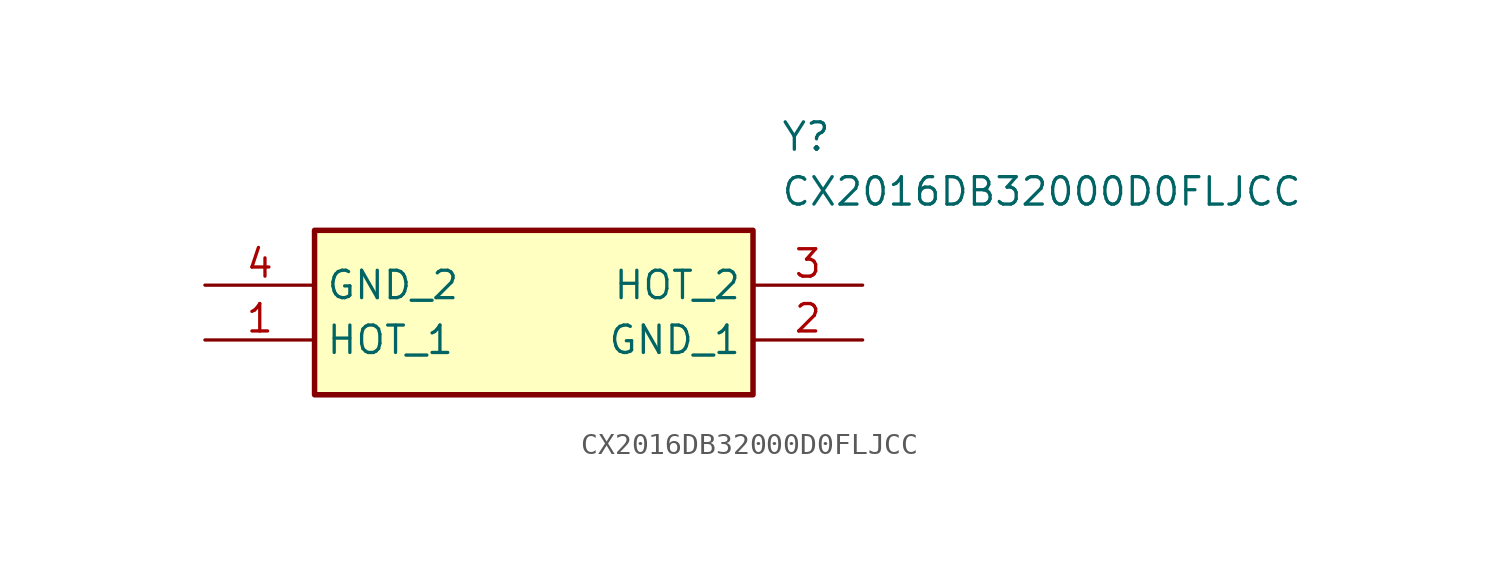
<source format=kicad_sym>
(kicad_symbol_lib
  (version 20211014)
  (generator SamacSys_ECAD_Model)
  (symbol "CX2016DB32000D0FLJCC"
    (property "Reference" "Y"
      (at 26.67 7.62 0)
      (effects (font (size 1.27 1.27)) (justify left top)))
    (property "Value" "CX2016DB32000D0FLJCC"
      (at 26.67 5.08 0)
      (effects (font (size 1.27 1.27)) (justify left top)))
    (rectangle
      (start 5.08 2.54)
      (end 25.4 -5.08)
      (stroke (width 0.254) (type default))
      (fill (type background)))
    (pin passive line
      (at 0 -2.54 0)
      (length 5.08)
      (name "HOT_1" (effects (font (size 1.27 1.27))))
      (number "1" (effects (font (size 1.27 1.27)))))
    (pin passive line
      (at 30.48 -2.54 180)
      (length 5.08)
      (name "GND_1" (effects (font (size 1.27 1.27))))
      (number "2" (effects (font (size 1.27 1.27)))))
    (pin passive line
      (at 30.48 0 180)
      (length 5.08)
      (name "HOT_2" (effects (font (size 1.27 1.27))))
      (number "3" (effects (font (size 1.27 1.27)))))
    (pin passive line
      (at 0 0 0)
      (length 5.08)
      (name "GND_2" (effects (font (size 1.27 1.27))))
      (number "4" (effects (font (size 1.27 1.27)))))))
</source>
